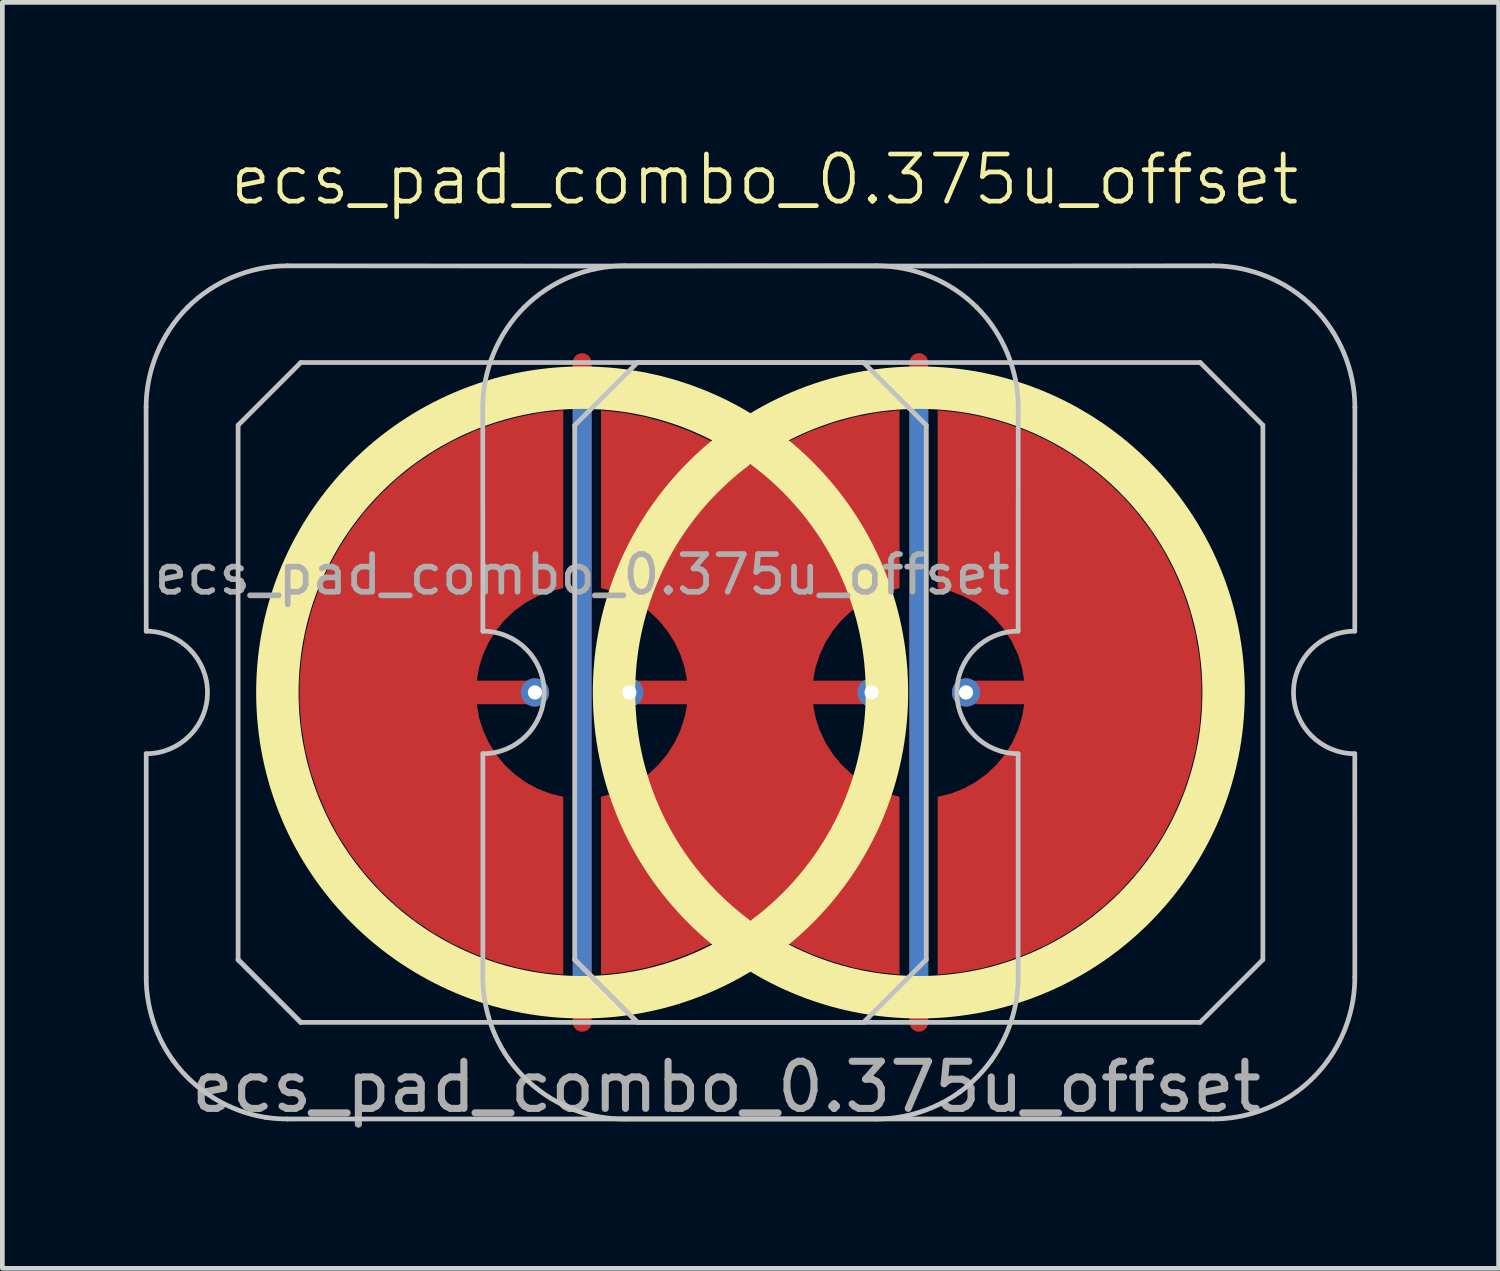
<source format=kicad_pcb>
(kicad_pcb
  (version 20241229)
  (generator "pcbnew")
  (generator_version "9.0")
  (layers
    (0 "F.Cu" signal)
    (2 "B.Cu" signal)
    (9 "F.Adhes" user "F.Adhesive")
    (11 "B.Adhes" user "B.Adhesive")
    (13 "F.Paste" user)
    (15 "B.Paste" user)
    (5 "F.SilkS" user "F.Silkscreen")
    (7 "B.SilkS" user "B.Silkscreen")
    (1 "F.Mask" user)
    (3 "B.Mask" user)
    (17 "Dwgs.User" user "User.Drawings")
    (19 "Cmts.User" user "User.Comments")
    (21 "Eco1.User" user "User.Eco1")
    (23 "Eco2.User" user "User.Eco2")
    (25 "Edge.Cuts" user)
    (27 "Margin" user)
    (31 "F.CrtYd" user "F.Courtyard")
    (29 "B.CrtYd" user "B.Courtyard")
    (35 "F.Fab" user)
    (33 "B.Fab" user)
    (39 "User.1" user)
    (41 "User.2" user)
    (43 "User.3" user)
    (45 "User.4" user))
  (footprint "ecs_pad_combo_0.375u_offset"
    (layer "F.Cu")
    (at 16.445 11.642)
    (property "Reference" "ecs_pad_combo_0.375u_offset" (at -3.269 -10.882 0) (unlocked yes) (layer "F.SilkS") (effects (font (size 1 1) (thickness 0.1))))
    (attr smd)
    (fp_circle (center -7.143 0) (end -0.676 0) (stroke (width 0.9) (type solid)) (fill no) (layer "F.SilkS"))
    (fp_circle (center 0 0) (end 6.467 0) (stroke (width 0.9) (type solid)) (fill no) (layer "F.SilkS"))
    (fp_line (start -16.395 -6.05) (end -16.393 -1.3) (stroke (width 0.1) (type solid)) (layer "Dwgs.User"))
    (fp_line (start -16.393 1.3) (end -16.393 6.049) (stroke (width 0.1) (type solid)) (layer "Dwgs.User"))
    (fp_line (start -14.443 -5.67) (end -13.113 -7) (stroke (width 0.1) (type solid)) (layer "Dwgs.User"))
    (fp_line (start -14.443 5.67) (end -14.443 -5.67) (stroke (width 0.1) (type solid)) (layer "Dwgs.User"))
    (fp_line (start -14.443 5.67) (end -13.113 7) (stroke (width 0.1) (type solid)) (layer "Dwgs.User"))
    (fp_line (start -13.113 -7) (end -1.173 -7) (stroke (width 0.1) (type solid)) (layer "Dwgs.User"))
    (fp_line (start -13.113 7) (end -14.443 5.67) (stroke (width 0.1) (type solid)) (layer "Dwgs.User"))
    (fp_line (start -9.252 -6.05) (end -9.25 -1.3) (stroke (width 0.1) (type solid)) (layer "Dwgs.User"))
    (fp_line (start -9.25 1.3) (end -9.25 6.049) (stroke (width 0.1) (type solid)) (layer "Dwgs.User"))
    (fp_line (start -7.3 -5.67) (end -5.97 -7) (stroke (width 0.1) (type solid)) (layer "Dwgs.User"))
    (fp_line (start -7.3 5.67) (end -7.3 -5.67) (stroke (width 0.1) (type solid)) (layer "Dwgs.User"))
    (fp_line (start -7.3 5.67) (end -5.97 7) (stroke (width 0.1) (type solid)) (layer "Dwgs.User"))
    (fp_line (start -5.97 -7) (end 5.97 -7) (stroke (width 0.1) (type solid)) (layer "Dwgs.User"))
    (fp_line (start -5.97 7) (end -7.3 5.67) (stroke (width 0.1) (type solid)) (layer "Dwgs.User"))
    (fp_line (start -1.173 -7) (end 0.157 -5.67) (stroke (width 0.1) (type solid)) (layer "Dwgs.User"))
    (fp_line (start -1.173 7) (end -13.113 7) (stroke (width 0.1) (type solid)) (layer "Dwgs.User"))
    (fp_line (start 0.157 -5.67) (end 0.157 5.67) (stroke (width 0.1) (type solid)) (layer "Dwgs.User"))
    (fp_line (start 0.157 5.67) (end -1.173 7) (stroke (width 0.1) (type solid)) (layer "Dwgs.User"))
    (fp_line (start 2.107 1.3) (end 2.108 6.049) (stroke (width 0.1) (type solid)) (layer "Dwgs.User"))
    (fp_line (start 2.109 -6.05) (end 2.107 -1.3) (stroke (width 0.1) (type solid)) (layer "Dwgs.User"))
    (fp_line (start 5.97 -7) (end 7.3 -5.67) (stroke (width 0.1) (type solid)) (layer "Dwgs.User"))
    (fp_line (start 5.97 7) (end -5.97 7) (stroke (width 0.1) (type solid)) (layer "Dwgs.User"))
    (fp_line (start 7.3 -5.67) (end 7.3 5.67) (stroke (width 0.1) (type solid)) (layer "Dwgs.User"))
    (fp_line (start 7.3 5.67) (end 5.97 7) (stroke (width 0.1) (type solid)) (layer "Dwgs.User"))
    (fp_line (start 9.25 1.3) (end 9.251 6.049) (stroke (width 0.1) (type solid)) (layer "Dwgs.User"))
    (fp_line (start 9.252 -6.05) (end 9.25 -1.3) (stroke (width 0.1) (type solid)) (layer "Dwgs.User"))
    (fp_arc (start -16.392954 -1.3) (mid -15.092954 0) (end -16.392954 1.3) (stroke (width 0.1) (type solid)) (layer "Dwgs.User"))
    (fp_arc (start -9.25 -1.3) (mid -7.95 0) (end -9.25 1.3) (stroke (width 0.1) (type solid)) (layer "Dwgs.User"))
    (fp_arc (start 2.107046 1.3) (mid 0.807046 0) (end 2.107046 -1.3) (stroke (width 0.1) (type solid)) (layer "Dwgs.User"))
    (fp_arc (start 9.25 1.3) (mid 7.949996 0) (end 9.25 -1.3) (stroke (width 0.1) (type solid)) (layer "Dwgs.User"))
    (fp_curve (pts (xy -16.393 6.049) (xy -16.393 6.677) (xy -16.189 7.307) (xy -15.82 7.814)) (stroke (width 0.1) (type solid)) (layer "Dwgs.User"))
    (fp_curve (pts (xy -15.82 7.814) (xy -15.358 8.449) (xy -14.639 8.893) (xy -13.863 9.015)) (stroke (width 0.1) (type solid)) (layer "Dwgs.User"))
    (fp_curve (pts (xy -15.514 -8.172) (xy -16.069 -7.618) (xy -16.397 -6.836) (xy -16.395 -6.05)) (stroke (width 0.1) (type solid)) (layer "Dwgs.User"))
    (fp_curve (pts (xy -13.863 9.015) (xy -13.707 9.039) (xy -13.55 9.05) (xy -13.393 9.05)) (stroke (width 0.1) (type solid)) (layer "Dwgs.User"))
    (fp_curve (pts (xy -13.393 9.05) (xy -9.261 9.052) (xy -5.026 9.05) (xy -0.893 9.05)) (stroke (width 0.1) (type solid)) (layer "Dwgs.User"))
    (fp_curve (pts (xy -13.393 -9.052) (xy -14.178 -9.053) (xy -14.96 -8.726) (xy -15.514 -8.172)) (stroke (width 0.1) (type solid)) (layer "Dwgs.User"))
    (fp_curve (pts (xy -9.25 6.049) (xy -9.25 6.677) (xy -9.046 7.307) (xy -8.677 7.814)) (stroke (width 0.1) (type solid)) (layer "Dwgs.User"))
    (fp_curve (pts (xy -8.677 7.814) (xy -8.215 8.449) (xy -7.496 8.893) (xy -6.72 9.015)) (stroke (width 0.1) (type solid)) (layer "Dwgs.User"))
    (fp_curve (pts (xy -8.372 -8.172) (xy -8.926 -7.618) (xy -9.254 -6.836) (xy -9.252 -6.05)) (stroke (width 0.1) (type solid)) (layer "Dwgs.User"))
    (fp_curve (pts (xy -6.72 9.015) (xy -6.564 9.039) (xy -6.407 9.05) (xy -6.25 9.05)) (stroke (width 0.1) (type solid)) (layer "Dwgs.User"))
    (fp_curve (pts (xy -6.25 9.05) (xy -2.118 9.052) (xy 2.117 9.05) (xy 6.25 9.05)) (stroke (width 0.1) (type solid)) (layer "Dwgs.User"))
    (fp_curve (pts (xy -6.25 -9.052) (xy -7.035 -9.053) (xy -7.817 -8.726) (xy -8.372 -8.172)) (stroke (width 0.1) (type solid)) (layer "Dwgs.User"))
    (fp_curve (pts (xy -0.893 -9.052) (xy -5.027 -9.046) (xy -9.259 -9.046) (xy -13.393 -9.052)) (stroke (width 0.1) (type solid)) (layer "Dwgs.User"))
    (fp_curve (pts (xy -0.893 9.05) (xy -0.265 9.05) (xy 0.361 8.844) (xy 0.87 8.476)) (stroke (width 0.1) (type solid)) (layer "Dwgs.User"))
    (fp_curve (pts (xy 0.87 8.476) (xy 1.124 8.291) (xy 1.349 8.066) (xy 1.533 7.812)) (stroke (width 0.1) (type solid)) (layer "Dwgs.User"))
    (fp_curve (pts (xy 1.229 -8.172) (xy 0.674 -8.726) (xy -0.108 -9.053) (xy -0.893 -9.052)) (stroke (width 0.1) (type solid)) (layer "Dwgs.User"))
    (fp_curve (pts (xy 1.533 7.812) (xy 1.902 7.303) (xy 2.108 6.678) (xy 2.108 6.049)) (stroke (width 0.1) (type solid)) (layer "Dwgs.User"))
    (fp_curve (pts (xy 2.109 -6.05) (xy 2.111 -6.836) (xy 1.783 -7.618) (xy 1.229 -8.172)) (stroke (width 0.1) (type solid)) (layer "Dwgs.User"))
    (fp_curve (pts (xy 6.25 -9.052) (xy 2.116 -9.046) (xy -2.116 -9.046) (xy -6.25 -9.052)) (stroke (width 0.1) (type solid)) (layer "Dwgs.User"))
    (fp_curve (pts (xy 6.25 9.05) (xy 6.878 9.05) (xy 7.504 8.844) (xy 8.013 8.476)) (stroke (width 0.1) (type solid)) (layer "Dwgs.User"))
    (fp_curve (pts (xy 8.013 8.476) (xy 8.267 8.291) (xy 8.492 8.066) (xy 8.676 7.812)) (stroke (width 0.1) (type solid)) (layer "Dwgs.User"))
    (fp_curve (pts (xy 8.372 -8.172) (xy 7.817 -8.726) (xy 7.035 -9.053) (xy 6.25 -9.052)) (stroke (width 0.1) (type solid)) (layer "Dwgs.User"))
    (fp_curve (pts (xy 8.676 7.812) (xy 9.045 7.303) (xy 9.251 6.678) (xy 9.251 6.049)) (stroke (width 0.1) (type solid)) (layer "Dwgs.User"))
    (fp_curve (pts (xy 9.252 -6.05) (xy 9.254 -6.836) (xy 8.926 -7.618) (xy 8.372 -8.172)) (stroke (width 0.1) (type solid)) (layer "Dwgs.User"))
    (fp_circle (center -7.143 0) (end -7.143 -1) (stroke (width 0.1) (type default)) (fill no) (layer "Eco1.User"))
    (fp_circle (center 0 0) (end 0 1) (stroke (width 0.1) (type default)) (fill no) (layer "Eco1.User"))
    (fp_text user "${REFERENCE}" (at -7.143 -2.5 0) (layer "F.Fab") (effects (font (size 0.8 0.8) (thickness 0.12))))
    (fp_text user "${REFERENCE}" (at -4.082 8.37 0) (unlocked yes) (layer "F.Fab") (effects (font (size 1 1) (thickness 0.15))))
    (pad "1" thru_hole circle (at -8.145 0 90) (size 0.6 0.6) (drill 0.3) (layers "*.Cu"))
    (pad "1" smd custom (at -8.144 0) (size 0.4 0.4) (layers "F.Cu") (options (anchor circle)) (primitives (gr_poly (pts (xy 0.6 -2.214) (xy 0.32 -2.145) (xy 0.052 -2.041) (xy -0.201 -1.903) (xy -0.434 -1.734) (xy -0.644 -1.536) (xy -0.826 -1.314) (xy -0.979 -1.07) (xy -1.1 -0.808) (xy -1.186 -0.534) (xy -1.236 -0.25) (xy 0 -0.25) (xy 0.096 -0.231) (xy 0.177 -0.177) (xy 0.231 -0.096) (xy 0.25 0) (xy 0.231 0.096) (xy 0.177 0.177) (xy 0.096 0.231) (xy 0 0.25) (xy -1.236 0.25) (xy -1.186 0.534) (xy -1.1 0.808) (xy -0.979 1.07) (xy -0.826 1.314) (xy -0.644 1.536) (xy -0.434 1.734) (xy -0.201 1.903) (xy 0.052 2.041) (xy 0.32 2.145) (xy 0.6 2.214) (xy 0.6 5.987) (xy 0.115 5.934) (xy -0.364 5.843) (xy -0.834 5.713) (xy -1.292 5.545) (xy -1.735 5.341) (xy -2.159 5.101) (xy -2.563 4.827) (xy -2.943 4.522) (xy -3.298 4.187) (xy -3.623 3.824) (xy -3.919 3.436) (xy -4.182 3.025) (xy -4.41 2.594) (xy -4.603 2.147) (xy -4.759 1.684) (xy -4.876 1.211) (xy -4.955 0.73) (xy -4.995 0.244) (xy -4.995 -0.244) (xy -4.955 -0.73) (xy -4.876 -1.211) (xy -4.759 -1.684) (xy -4.603 -2.147) (xy -4.41 -2.594) (xy -4.182 -3.025) (xy -3.919 -3.436) (xy -3.623 -3.824) (xy -3.298 -4.187) (xy -2.943 -4.522) (xy -2.563 -4.827) (xy -2.159 -5.101) (xy -1.735 -5.341) (xy -1.292 -5.545) (xy -0.834 -5.713) (xy -0.364 -5.843) (xy 0.115 -5.934) (xy 0.6 -5.987)) (width 0) (fill yes))))
    (pad "1" smd custom (at 1.001 0 180) (size 0.4 0.4) (layers "F.Cu") (options (anchor circle)) (primitives (gr_poly (pts (xy 0.6 -2.214) (xy 0.32 -2.145) (xy 0.052 -2.041) (xy -0.201 -1.903) (xy -0.434 -1.734) (xy -0.644 -1.536) (xy -0.826 -1.314) (xy -0.979 -1.07) (xy -1.1 -0.808) (xy -1.186 -0.534) (xy -1.236 -0.25) (xy 0 -0.25) (xy 0.096 -0.231) (xy 0.177 -0.177) (xy 0.231 -0.096) (xy 0.25 0) (xy 0.231 0.096) (xy 0.177 0.177) (xy 0.096 0.231) (xy 0 0.25) (xy -1.236 0.25) (xy -1.186 0.534) (xy -1.1 0.808) (xy -0.979 1.07) (xy -0.826 1.314) (xy -0.644 1.536) (xy -0.434 1.734) (xy -0.201 1.903) (xy 0.052 2.041) (xy 0.32 2.145) (xy 0.6 2.214) (xy 0.6 5.987) (xy 0.115 5.934) (xy -0.364 5.843) (xy -0.834 5.713) (xy -1.292 5.545) (xy -1.735 5.341) (xy -2.159 5.101) (xy -2.563 4.827) (xy -2.943 4.522) (xy -3.298 4.187) (xy -3.623 3.824) (xy -3.919 3.436) (xy -4.182 3.025) (xy -4.41 2.594) (xy -4.603 2.147) (xy -4.759 1.684) (xy -4.876 1.211) (xy -4.955 0.73) (xy -4.995 0.244) (xy -4.995 -0.244) (xy -4.955 -0.73) (xy -4.876 -1.211) (xy -4.759 -1.684) (xy -4.603 -2.147) (xy -4.41 -2.594) (xy -4.182 -3.025) (xy -3.919 -3.436) (xy -3.623 -3.824) (xy -3.298 -4.187) (xy -2.943 -4.522) (xy -2.563 -4.827) (xy -2.159 -5.101) (xy -1.735 -5.341) (xy -1.292 -5.545) (xy -0.834 -5.713) (xy -0.364 -5.843) (xy 0.115 -5.934) (xy 0.6 -5.987)) (width 0) (fill yes))))
    (pad "1" thru_hole circle (at 1.002 0 270) (size 0.6 0.6) (drill 0.3) (layers "*.Cu"))
    (pad "2" smd custom (at -6.153 0) (size 0.118 0.118) (layers "F.Cu") (options (anchor circle)) (primitives (gr_poly (pts (xy -0.096 -0.231) (xy -0.177 -0.177) (xy -0.231 -0.096) (xy -0.25 0) (xy -0.231 0.096) (xy -0.177 0.177) (xy -0.096 0.231) (xy 0 0.25) (xy 1.236 0.25) (xy 1.182 0.532) (xy 1.093 0.805) (xy 0.971 1.064) (xy 0.817 1.307) (xy 0.635 1.528) (xy 0.426 1.725) (xy 0.194 1.894) (xy -0.056 2.034) (xy -0.323 2.141) (xy -0.59 2.214) (xy -0.59 5.986) (xy -0.113 5.933) (xy 0.367 5.841) (xy 0.839 5.709) (xy 1.298 5.54) (xy 1.742 5.334) (xy 2.167 5.093) (xy 2.572 4.817) (xy 2.976 5.093) (xy 3.402 5.334) (xy 3.846 5.54) (xy 4.305 5.709) (xy 4.777 5.841) (xy 5.257 5.933) (xy 5.744 5.986) (xy 5.744 2.214) (xy 5.466 2.141) (xy 5.2 2.034) (xy 4.949 1.894) (xy 4.718 1.725) (xy 4.509 1.528) (xy 4.327 1.307) (xy 4.173 1.064) (xy 4.051 0.805) (xy 3.962 0.532) (xy 3.908 0.25) (xy 5.144 0.25) (xy 5.239 0.231) (xy 5.321 0.177) (xy 5.375 0.096) (xy 5.394 0) (xy 5.375 -0.096) (xy 5.321 -0.177) (xy 5.239 -0.231) (xy 5.144 -0.25) (xy 3.908 -0.25) (xy 3.962 -0.532) (xy 4.051 -0.805) (xy 4.173 -1.064) (xy 4.327 -1.307) (xy 4.509 -1.528) (xy 4.718 -1.725) (xy 4.949 -1.894) (xy 5.2 -2.034) (xy 5.466 -2.141) (xy 5.744 -2.214) (xy 5.744 -5.986) (xy 5.257 -5.933) (xy 4.777 -5.841) (xy 4.305 -5.709) (xy 3.846 -5.54) (xy 3.402 -5.334) (xy 2.976 -5.093) (xy 2.572 -4.817) (xy 2.167 -5.093) (xy 1.742 -5.334) (xy 1.298 -5.54) (xy 0.839 -5.709) (xy 0.367 -5.841) (xy -0.113 -5.933) (xy -0.59 -5.986) (xy -0.59 -2.214) (xy -0.323 -2.141) (xy -0.056 -2.034) (xy 0.194 -1.894) (xy 0.426 -1.725) (xy 0.635 -1.528) (xy 0.817 -1.307) (xy 0.971 -1.064) (xy 1.093 -0.805) (xy 1.182 -0.532) (xy 1.236 -0.25) (xy 0 -0.25)) (width 0) (fill yes))))
    (pad "2" thru_hole circle (at -6.141 0 90) (size 0.6 0.6) (drill 0.3) (layers "*.Cu"))
    (pad "2" thru_hole circle (at -1.002 0 270) (size 0.6 0.6) (drill 0.3) (layers "*.Cu"))
    (pad "3" smd custom (at -7.143 0) (size 0.4 0.4) (layers "F.Cu") (options (anchor rect)) (primitives (gr_line (start 0 -7) (end 0 7) (width 0.4))))
    (pad "3" smd custom (at -7.143 0 180) (size 0.4 0.4) (layers "B.Cu") (options (anchor rect)) (primitives (gr_line (start 0 -6.5) (end 0 6.5) (width 0.4))))
    (pad "3" smd custom (at 0 0) (size 0.4 0.4) (layers "F.Cu") (options (anchor rect)) (primitives (gr_line (start 0 -7) (end 0 7) (width 0.4))))
    (pad "3" smd custom (at 0 0) (size 0.4 0.4) (layers "B.Cu") (options (anchor rect)) (primitives (gr_line (start 0 -6.5) (end 0 6.5) (width 0.4))))
    (zone (net_name "") (layer "F.Cu") (hatch edge 0.508) (connect_pads) (min_thickness 0.254) (filled_areas_thickness no) (keepout (tracks allowed) (vias allowed) (pads allowed) (copperpour not_allowed) (footprints allowed)) (placement (enabled no)) (fill) (polygon (pts (xy 16.307 11.642) (xy 16.288 11.129) (xy 16.232 10.619) (xy 16.138 10.114) (xy 16.008 9.618) (xy 15.841 9.132) (xy 15.64 8.66) (xy 15.405 8.204) (xy 15.136 7.766) (xy 14.837 7.349) (xy 14.507 6.955) (xy 14.15 6.586) (xy 13.767 6.245) (xy 13.36 5.932) (xy 12.931 5.651) (xy 12.482 5.401) (xy 12.016 5.185) (xy 11.536 5.003) (xy 11.044 4.857) (xy 10.542 4.748) (xy 10.034 4.676) (xy 9.522 4.641) (xy 9.008 4.644) (xy 8.497 4.684) (xy 7.989 4.761) (xy 7.489 4.876) (xy 6.998 5.027) (xy 6.52 5.214) (xy 6.056 5.435) (xy 5.611 5.689) (xy 5.184 5.975) (xy 4.78 6.292) (xy 4.401 6.638) (xy 4.047 7.01) (xy 3.722 7.407) (xy 3.427 7.827) (xy 3.163 8.268) (xy 2.933 8.726) (xy 2.736 9.201) (xy 2.575 9.688) (xy 2.45 10.186) (xy 2.362 10.692) (xy 2.311 11.202) (xy 2.297 11.716) (xy 2.321 12.228) (xy 2.383 12.738) (xy 2.482 13.242) (xy 2.617 13.737) (xy 2.789 14.221) (xy 2.995 14.691) (xy 3.235 15.145) (xy 3.508 15.58) (xy 3.812 15.993) (xy 4.146 16.384) (xy 4.507 16.749) (xy 4.893 17.086) (xy 5.304 17.394) (xy 5.736 17.672) (xy 6.187 17.917) (xy 6.655 18.128) (xy 7.137 18.304) (xy 7.631 18.445) (xy 8.134 18.549) (xy 8.643 18.616) (xy 9.155 18.646) (xy 9.668 18.638) (xy 10.18 18.592) (xy 10.686 18.509) (xy 11.186 18.389) (xy 11.675 18.233) (xy 12.151 18.042) (xy 12.612 17.816) (xy 13.055 17.557) (xy 13.478 17.266) (xy 13.879 16.945) (xy 14.255 16.596) (xy 14.604 16.219) (xy 14.925 15.819) (xy 15.216 15.396) (xy 15.475 14.953) (xy 15.701 14.491) (xy 15.893 14.015) (xy 16.049 13.526) (xy 16.169 13.027) (xy 16.251 12.52) (xy 16.297 12.009))))
    (zone (net_name "") (layer "F.Cu") (hatch edge 0.508) (connect_pads) (min_thickness 0.254) (filled_areas_thickness no) (keepout (tracks allowed) (vias allowed) (pads allowed) (copperpour not_allowed) (footprints allowed)) (placement (enabled no)) (fill) (polygon (pts (xy 23.45 11.642) (xy 23.431 11.129) (xy 23.375 10.619) (xy 23.281 10.114) (xy 23.151 9.618) (xy 22.984 9.132) (xy 22.783 8.66) (xy 22.548 8.204) (xy 22.279 7.766) (xy 21.98 7.349) (xy 21.65 6.955) (xy 21.293 6.586) (xy 20.91 6.245) (xy 20.503 5.932) (xy 20.073 5.651) (xy 19.625 5.401) (xy 19.159 5.185) (xy 18.679 5.003) (xy 18.187 4.857) (xy 17.685 4.748) (xy 17.177 4.676) (xy 16.665 4.641) (xy 16.151 4.644) (xy 15.64 4.684) (xy 15.132 4.761) (xy 14.632 4.876) (xy 14.141 5.027) (xy 13.663 5.214) (xy 13.199 5.435) (xy 12.753 5.689) (xy 12.327 5.975) (xy 11.923 6.292) (xy 11.544 6.638) (xy 11.19 7.01) (xy 10.865 7.407) (xy 10.57 7.827) (xy 10.306 8.268) (xy 10.076 8.726) (xy 9.879 9.201) (xy 9.718 9.688) (xy 9.593 10.186) (xy 9.505 10.692) (xy 9.454 11.202) (xy 9.44 11.716) (xy 9.464 12.228) (xy 9.526 12.738) (xy 9.625 13.242) (xy 9.76 13.737) (xy 9.932 14.221) (xy 10.138 14.691) (xy 10.378 15.145) (xy 10.651 15.58) (xy 10.955 15.993) (xy 11.288 16.384) (xy 11.65 16.749) (xy 12.036 17.086) (xy 12.447 17.394) (xy 12.879 17.672) (xy 13.33 17.917) (xy 13.798 18.128) (xy 14.28 18.304) (xy 14.774 18.445) (xy 15.277 18.549) (xy 15.786 18.616) (xy 16.298 18.646) (xy 16.811 18.638) (xy 17.323 18.592) (xy 17.829 18.509) (xy 18.329 18.389) (xy 18.818 18.233) (xy 19.294 18.042) (xy 19.755 17.816) (xy 20.198 17.557) (xy 20.621 17.266) (xy 21.022 16.945) (xy 21.398 16.596) (xy 21.747 16.219) (xy 22.068 15.819) (xy 22.359 15.396) (xy 22.618 14.953) (xy 22.844 14.491) (xy 23.036 14.015) (xy 23.192 13.526) (xy 23.311 13.027) (xy 23.394 12.52) (xy 23.44 12.009))))
    (zone (net_name "") (layer "B.Cu") (hatch edge 0.508) (connect_pads) (min_thickness 0.254) (filled_areas_thickness no) (keepout (tracks allowed) (vias allowed) (pads allowed) (copperpour not_allowed) (footprints allowed)) (placement (enabled no)) (fill) (polygon (pts (xy 15.86 11.642) (xy 15.84 11.128) (xy 15.779 10.616) (xy 15.679 10.111) (xy 15.539 9.616) (xy 15.361 9.133) (xy 15.145 8.665) (xy 14.894 8.216) (xy 14.608 7.787) (xy 14.289 7.383) (xy 13.939 7.005) (xy 13.561 6.655) (xy 13.157 6.337) (xy 12.728 6.05) (xy 12.279 5.799) (xy 11.812 5.583) (xy 11.328 5.405) (xy 10.833 5.265) (xy 10.328 5.165) (xy 9.816 5.104) (xy 9.302 5.084) (xy 8.787 5.104) (xy 8.276 5.165) (xy 7.771 5.265) (xy 7.275 5.405) (xy 6.792 5.583) (xy 6.324 5.799) (xy 5.875 6.05) (xy 5.447 6.337) (xy 5.043 6.655) (xy 4.664 7.005) (xy 4.315 7.383) (xy 3.996 7.787) (xy 3.71 8.216) (xy 3.458 8.665) (xy 3.243 9.133) (xy 3.065 9.616) (xy 2.925 10.111) (xy 2.824 10.616) (xy 2.764 11.128) (xy 2.744 11.642) (xy 2.764 12.157) (xy 2.824 12.668) (xy 2.925 13.173) (xy 3.065 13.669) (xy 3.243 14.152) (xy 3.458 14.62) (xy 3.71 15.069) (xy 3.996 15.497) (xy 4.315 15.902) (xy 4.664 16.28) (xy 5.043 16.629) (xy 5.447 16.948) (xy 5.875 17.234) (xy 6.324 17.486) (xy 6.792 17.701) (xy 7.275 17.88) (xy 7.771 18.019) (xy 8.276 18.12) (xy 8.787 18.18) (xy 9.302 18.201) (xy 9.816 18.18) (xy 10.328 18.12) (xy 10.833 18.019) (xy 11.328 17.88) (xy 11.812 17.701) (xy 12.279 17.486) (xy 12.728 17.234) (xy 13.157 16.948) (xy 13.561 16.629) (xy 13.939 16.28) (xy 14.289 15.902) (xy 14.608 15.497) (xy 14.894 15.069) (xy 15.145 14.62) (xy 15.361 14.152) (xy 15.539 13.669) (xy 15.679 13.173) (xy 15.779 12.668) (xy 15.84 12.157))))
    (zone (net_name "") (layer "B.Cu") (hatch edge 0.508) (connect_pads) (min_thickness 0.254) (filled_areas_thickness no) (keepout (tracks allowed) (vias allowed) (pads allowed) (copperpour not_allowed) (footprints allowed)) (placement (enabled no)) (fill) (polygon (pts (xy 23.003 11.642) (xy 22.983 11.128) (xy 22.922 10.616) (xy 22.822 10.111) (xy 22.682 9.616) (xy 22.504 9.133) (xy 22.288 8.665) (xy 22.037 8.216) (xy 21.751 7.787) (xy 21.432 7.383) (xy 21.082 7.005) (xy 20.704 6.655) (xy 20.3 6.337) (xy 19.871 6.05) (xy 19.422 5.799) (xy 18.955 5.583) (xy 18.471 5.405) (xy 17.976 5.265) (xy 17.471 5.165) (xy 16.959 5.104) (xy 16.445 5.084) (xy 15.93 5.104) (xy 15.419 5.165) (xy 14.914 5.265) (xy 14.418 5.405) (xy 13.935 5.583) (xy 13.467 5.799) (xy 13.018 6.05) (xy 12.59 6.337) (xy 12.186 6.655) (xy 11.807 7.005) (xy 11.458 7.383) (xy 11.139 7.787) (xy 10.853 8.216) (xy 10.601 8.665) (xy 10.386 9.133) (xy 10.207 9.616) (xy 10.068 10.111) (xy 9.967 10.616) (xy 9.907 11.128) (xy 9.887 11.642) (xy 9.907 12.157) (xy 9.967 12.668) (xy 10.068 13.173) (xy 10.207 13.669) (xy 10.386 14.152) (xy 10.601 14.62) (xy 10.853 15.069) (xy 11.139 15.497) (xy 11.458 15.902) (xy 11.807 16.28) (xy 12.186 16.629) (xy 12.59 16.948) (xy 13.018 17.234) (xy 13.467 17.486) (xy 13.935 17.701) (xy 14.418 17.88) (xy 14.914 18.019) (xy 15.419 18.12) (xy 15.93 18.18) (xy 16.445 18.201) (xy 16.959 18.18) (xy 17.471 18.12) (xy 17.976 18.019) (xy 18.471 17.88) (xy 18.955 17.701) (xy 19.422 17.486) (xy 19.871 17.234) (xy 20.3 16.948) (xy 20.704 16.629) (xy 21.082 16.28) (xy 21.432 15.902) (xy 21.751 15.497) (xy 22.037 15.069) (xy 22.288 14.62) (xy 22.504 14.152) (xy 22.682 13.669) (xy 22.822 13.173) (xy 22.922 12.668) (xy 22.983 12.157)))))
  (gr_rect
    (start -3 -3)
    (end 28.747 23.861)
    (stroke (width 0.1) (type default))
    (fill no)
    (layer "Edge.Cuts")))
</source>
